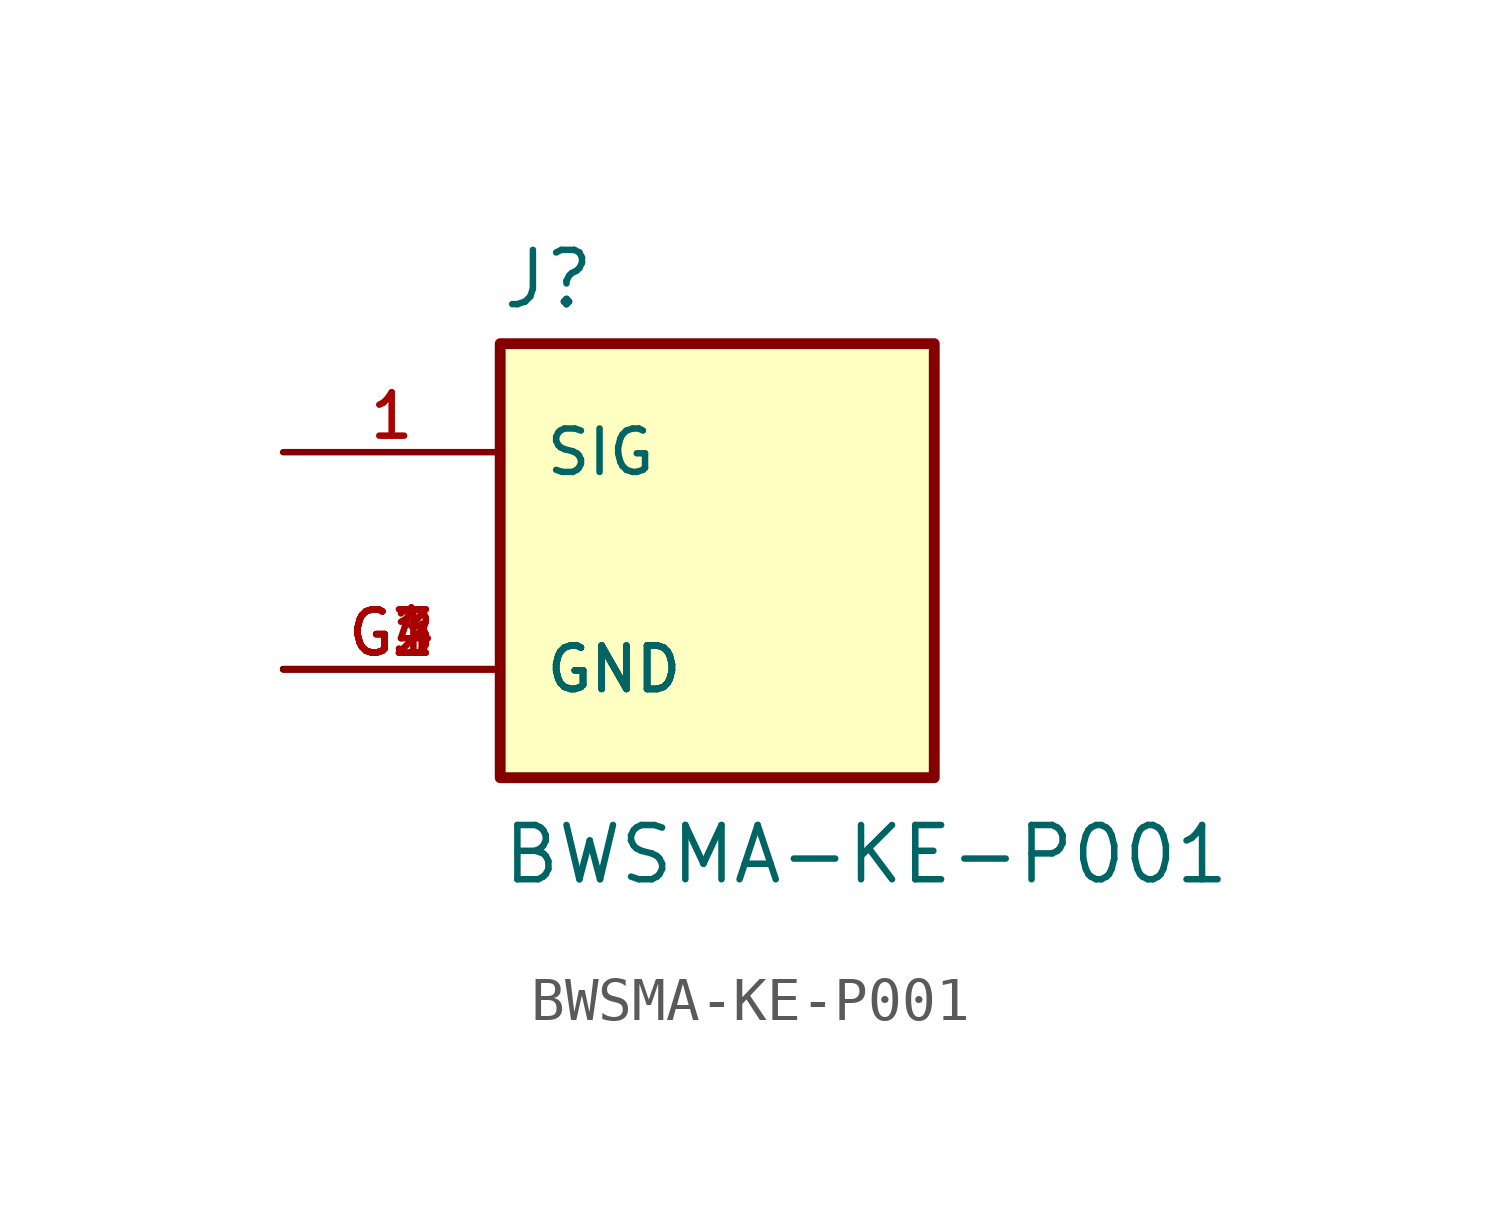
<source format=kicad_sym>
(kicad_symbol_lib
  (version 20211014)
  (generator kicad_symbol_editor)
  (symbol "BWSMA-KE-P001"
    (pin_names
      (offset 1.016))
    (property "Reference" "J"
      (at -5.08 5.842 0)
      (effects (font (size 1.27 1.27)) (justify bottom left)))
    (property "Value" "BWSMA-KE-P001"
      (at -5.08 -7.62 0)
      (effects (font (size 1.27 1.27)) (justify bottom left)))
    (symbol "BWSMA-KE-P001_0_0"
      (rectangle (start -5.08 -5.08) (end 5.08 5.08) (stroke (width 0.254)) (fill (type background)))
      (pin passive line (at -10.16 2.54 0) (length 5.08) (name "SIG" (effects (font (size 1.016 1.016)))) (number "1" (effects (font (size 1.016 1.016)))))
      (pin power_in line (at -10.16 -2.54 0) (length 5.08) (name "GND" (effects (font (size 1.016 1.016)))) (number "G1" (effects (font (size 1.016 1.016)))))
      (pin power_in line (at -10.16 -2.54 0) (length 5.08) (name "GND" (effects (font (size 1.016 1.016)))) (number "G2" (effects (font (size 1.016 1.016)))))
      (pin power_in line (at -10.16 -2.54 0) (length 5.08) (name "GND" (effects (font (size 1.016 1.016)))) (number "G3" (effects (font (size 1.016 1.016)))))
      (pin power_in line (at -10.16 -2.54 0) (length 5.08) (name "GND" (effects (font (size 1.016 1.016)))) (number "G4" (effects (font (size 1.016 1.016))))))))
</source>
